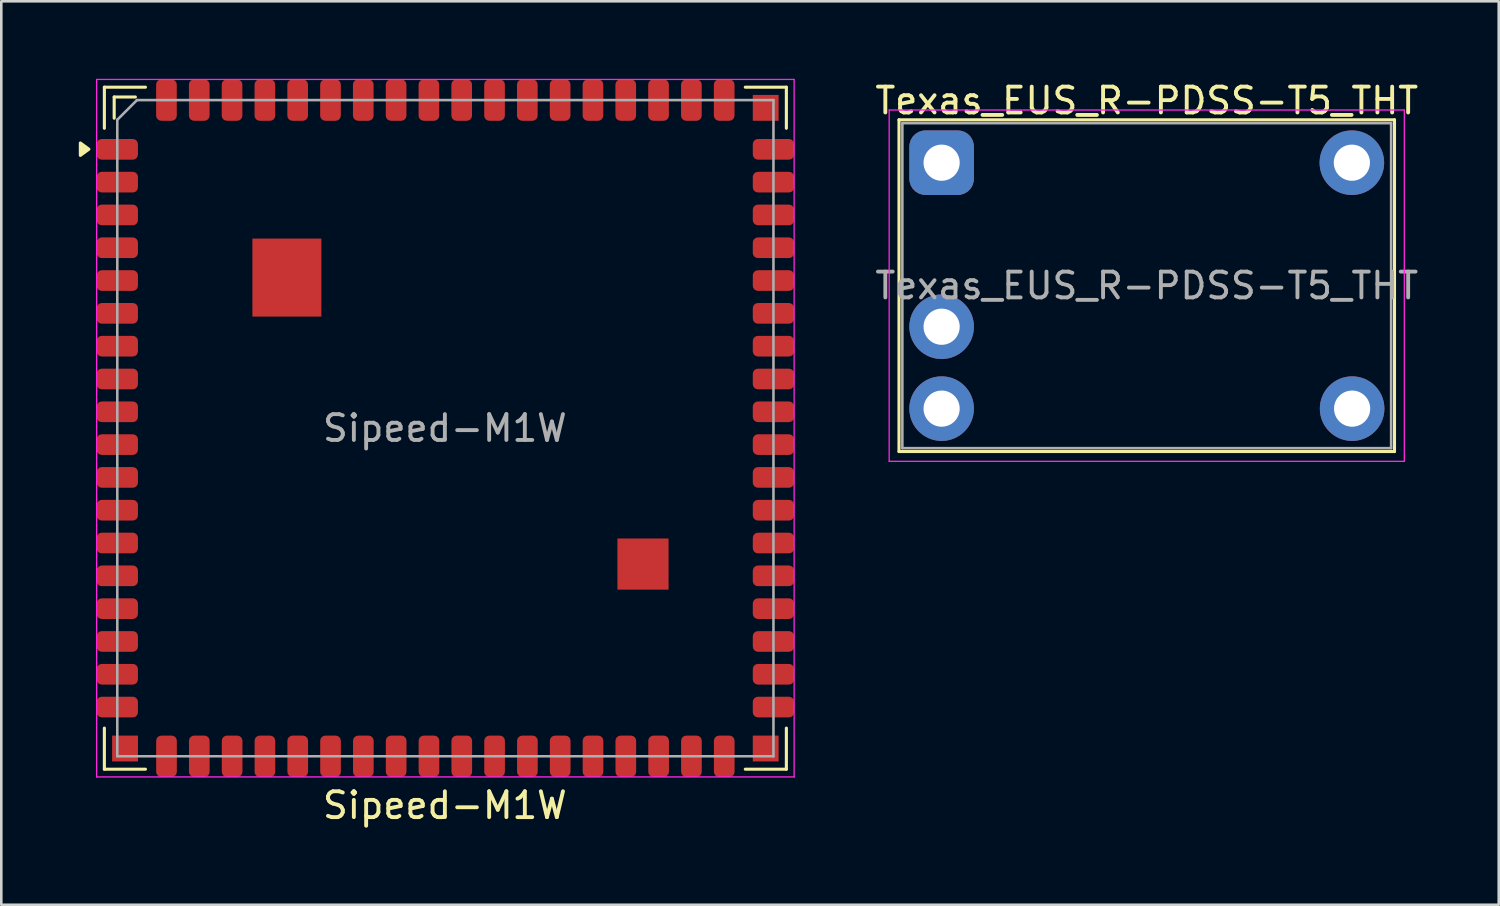
<source format=kicad_pcb>
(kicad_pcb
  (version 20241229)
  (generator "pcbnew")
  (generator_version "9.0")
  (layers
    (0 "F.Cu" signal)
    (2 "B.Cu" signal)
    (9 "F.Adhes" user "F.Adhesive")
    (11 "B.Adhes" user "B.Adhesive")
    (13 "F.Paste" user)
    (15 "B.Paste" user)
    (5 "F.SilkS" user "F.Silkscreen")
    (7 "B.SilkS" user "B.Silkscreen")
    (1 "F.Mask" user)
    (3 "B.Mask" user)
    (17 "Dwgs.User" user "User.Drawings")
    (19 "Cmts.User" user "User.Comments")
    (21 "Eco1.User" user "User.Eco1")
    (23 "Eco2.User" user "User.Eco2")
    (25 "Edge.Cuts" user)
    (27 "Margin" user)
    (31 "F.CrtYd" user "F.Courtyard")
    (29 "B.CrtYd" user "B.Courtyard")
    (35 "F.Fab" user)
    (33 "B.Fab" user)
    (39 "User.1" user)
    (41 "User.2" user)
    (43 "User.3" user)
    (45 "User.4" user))
  (footprint "Sipeed-M1W"
    (layer "F.Cu")
    (at 14.19 13.525)
    (property "Reference" "Sipeed-M1W" (at -0.019 14.6 0) (unlocked yes) (layer "F.SilkS") (effects (font (size 1 1) (thickness 0.15))))
    (attr smd)
    (fp_line (start -13.2 -13.2) (end -13.2 -11.61) (stroke (width 0.12) (type solid)) (layer "F.SilkS"))
    (fp_line (start -13.2 13.2) (end -13.2 11.61) (stroke (width 0.12) (type solid)) (layer "F.SilkS"))
    (fp_line (start -12.82 -12.82) (end -12.82 -12) (stroke (width 0.12) (type solid)) (layer "F.SilkS"))
    (fp_line (start -12 -12.82) (end -12.82 -12.82) (stroke (width 0.12) (type solid)) (layer "F.SilkS"))
    (fp_line (start -11.61 -13.2) (end -13.2 -13.2) (stroke (width 0.12) (type solid)) (layer "F.SilkS"))
    (fp_line (start -11.61 13.2) (end -13.2 13.2) (stroke (width 0.12) (type solid)) (layer "F.SilkS"))
    (fp_line (start 11.61 13.2) (end 13.2 13.2) (stroke (width 0.12) (type solid)) (layer "F.SilkS"))
    (fp_line (start 13.2 -13.2) (end 11.61 -13.2) (stroke (width 0.12) (type solid)) (layer "F.SilkS"))
    (fp_line (start 13.2 -11.61) (end 13.2 -13.2) (stroke (width 0.12) (type solid)) (layer "F.SilkS"))
    (fp_line (start 13.2 13.2) (end 13.2 11.61) (stroke (width 0.12) (type solid)) (layer "F.SilkS"))
    (fp_poly (pts (xy -13.8 -10.8) (xy -14.13 -10.56) (xy -14.13 -11.04) (xy -13.8 -10.8)) (stroke (width 0.12) (type solid)) (fill yes) (layer "F.SilkS"))
    (fp_line (start -13.5 -13.5) (end 13.5 -13.5) (stroke (width 0.05) (type solid)) (layer "F.CrtYd"))
    (fp_line (start -13.5 13.5) (end -13.5 -13.5) (stroke (width 0.05) (type solid)) (layer "F.CrtYd"))
    (fp_line (start 13.5 -13.5) (end 13.5 13.5) (stroke (width 0.05) (type solid)) (layer "F.CrtYd"))
    (fp_line (start 13.5 13.5) (end -13.5 13.5) (stroke (width 0.05) (type solid)) (layer "F.CrtYd"))
    (fp_line (start -12.7 -11.938) (end -11.938 -12.7) (stroke (width 0.1) (type solid)) (layer "F.Fab"))
    (fp_line (start -12.7 12.7) (end -12.7 -11.938) (stroke (width 0.1) (type solid)) (layer "F.Fab"))
    (fp_line (start -11.938 -12.7) (end 12.7 -12.7) (stroke (width 0.1) (type solid)) (layer "F.Fab"))
    (fp_line (start 12.7 -12.7) (end 12.7 12.7) (stroke (width 0.1) (type solid)) (layer "F.Fab"))
    (fp_line (start 12.7 12.7) (end -12.7 12.7) (stroke (width 0.1) (type solid)) (layer "F.Fab"))
    (fp_text user "${REFERENCE}" (at -0.019 0 0) (unlocked yes) (layer "F.Fab") (effects (font (size 1 1) (thickness 0.15))))
    (pad "" smd rect (at -12.4 12.4 90) (size 1 1) (layers "F.Cu" "F.Mask" "F.Paste"))
    (pad "" smd roundrect (at -6.8 -6.582) (size 1.18 1.355) (layers "F.Paste") (roundrect_rratio 0.25))
    (pad "" smd roundrect (at -6.8 -5.077) (size 1.18 1.355) (layers "F.Paste") (roundrect_rratio 0.25))
    (pad "" smd rect (at -6.135 -5.83) (size 2.67 3.02) (layers "F.Cu" "F.Mask"))
    (pad "" smd roundrect (at -5.47 -6.582) (size 1.18 1.355) (layers "F.Paste") (roundrect_rratio 0.25))
    (pad "" smd roundrect (at -5.47 -5.077) (size 1.18 1.355) (layers "F.Paste") (roundrect_rratio 0.25))
    (pad "" smd roundrect (at 7.157 4.762) (size 0.835 0.835) (layers "F.Paste") (roundrect_rratio 0.25))
    (pad "" smd roundrect (at 7.157 5.753) (size 0.835 0.835) (layers "F.Paste") (roundrect_rratio 0.25))
    (pad "" smd rect (at 7.65 5.26) (size 1.98 1.98) (layers "F.Cu" "F.Mask"))
    (pad "" smd roundrect (at 8.143 4.762) (size 0.835 0.835) (layers "F.Paste") (roundrect_rratio 0.25))
    (pad "" smd roundrect (at 8.143 5.753) (size 0.835 0.835) (layers "F.Paste") (roundrect_rratio 0.25))
    (pad "" smd rect (at 12.4 -12.4 90) (size 1 1) (layers "F.Cu" "F.Mask" "F.Paste"))
    (pad "" smd rect (at 12.4 12.4 90) (size 1 1) (layers "F.Cu" "F.Mask" "F.Paste"))
    (pad "1" smd roundrect (at -12.7 -10.795) (size 1.6 0.8) (layers "F.Cu" "F.Mask" "F.Paste") (roundrect_rratio 0.25))
    (pad "2" smd roundrect (at -12.7 -9.525) (size 1.6 0.8) (layers "F.Cu" "F.Mask" "F.Paste") (roundrect_rratio 0.25))
    (pad "3" smd roundrect (at -12.7 -8.255) (size 1.6 0.8) (layers "F.Cu" "F.Mask" "F.Paste") (roundrect_rratio 0.25))
    (pad "4" smd roundrect (at -12.7 -6.985) (size 1.6 0.8) (layers "F.Cu" "F.Mask" "F.Paste") (roundrect_rratio 0.25))
    (pad "5" smd roundrect (at -12.7 -5.715) (size 1.6 0.8) (layers "F.Cu" "F.Mask" "F.Paste") (roundrect_rratio 0.25))
    (pad "6" smd roundrect (at -12.7 -4.445) (size 1.6 0.8) (layers "F.Cu" "F.Mask" "F.Paste") (roundrect_rratio 0.25))
    (pad "7" smd roundrect (at -12.7 -3.175) (size 1.6 0.8) (layers "F.Cu" "F.Mask" "F.Paste") (roundrect_rratio 0.25))
    (pad "8" smd roundrect (at -12.7 -1.905) (size 1.6 0.8) (layers "F.Cu" "F.Mask" "F.Paste") (roundrect_rratio 0.25))
    (pad "9" smd roundrect (at -12.7 -0.635) (size 1.6 0.8) (layers "F.Cu" "F.Mask" "F.Paste") (roundrect_rratio 0.25))
    (pad "10" smd roundrect (at -12.7 0.635) (size 1.6 0.8) (layers "F.Cu" "F.Mask" "F.Paste") (roundrect_rratio 0.25))
    (pad "11" smd roundrect (at -12.7 1.905) (size 1.6 0.8) (layers "F.Cu" "F.Mask" "F.Paste") (roundrect_rratio 0.25))
    (pad "12" smd roundrect (at -12.7 3.175) (size 1.6 0.8) (layers "F.Cu" "F.Mask" "F.Paste") (roundrect_rratio 0.25))
    (pad "13" smd roundrect (at -12.7 4.445) (size 1.6 0.8) (layers "F.Cu" "F.Mask" "F.Paste") (roundrect_rratio 0.25))
    (pad "14" smd roundrect (at -12.7 5.715) (size 1.6 0.8) (layers "F.Cu" "F.Mask" "F.Paste") (roundrect_rratio 0.25))
    (pad "15" smd roundrect (at -12.7 6.985) (size 1.6 0.8) (layers "F.Cu" "F.Mask" "F.Paste") (roundrect_rratio 0.25))
    (pad "16" smd roundrect (at -12.7 8.255) (size 1.6 0.8) (layers "F.Cu" "F.Mask" "F.Paste") (roundrect_rratio 0.25))
    (pad "17" smd roundrect (at -12.7 9.525) (size 1.6 0.8) (layers "F.Cu" "F.Mask" "F.Paste") (roundrect_rratio 0.25))
    (pad "18" smd roundrect (at -12.7 10.795) (size 1.6 0.8) (layers "F.Cu" "F.Mask" "F.Paste") (roundrect_rratio 0.25))
    (pad "19" smd roundrect (at -10.795 12.7 90) (size 1.6 0.8) (layers "F.Cu" "F.Mask" "F.Paste") (roundrect_rratio 0.25))
    (pad "20" smd roundrect (at -9.525 12.7 90) (size 1.6 0.8) (layers "F.Cu" "F.Mask" "F.Paste") (roundrect_rratio 0.25))
    (pad "21" smd roundrect (at -8.255 12.7 90) (size 1.6 0.8) (layers "F.Cu" "F.Mask" "F.Paste") (roundrect_rratio 0.25))
    (pad "22" smd roundrect (at -6.985 12.7 90) (size 1.6 0.8) (layers "F.Cu" "F.Mask" "F.Paste") (roundrect_rratio 0.25))
    (pad "23" smd roundrect (at -5.715 12.7 90) (size 1.6 0.8) (layers "F.Cu" "F.Mask" "F.Paste") (roundrect_rratio 0.25))
    (pad "24" smd roundrect (at -4.445 12.7 90) (size 1.6 0.8) (layers "F.Cu" "F.Mask" "F.Paste") (roundrect_rratio 0.25))
    (pad "25" smd roundrect (at -3.175 12.7 90) (size 1.6 0.8) (layers "F.Cu" "F.Mask" "F.Paste") (roundrect_rratio 0.25))
    (pad "26" smd roundrect (at -1.905 12.7 90) (size 1.6 0.8) (layers "F.Cu" "F.Mask" "F.Paste") (roundrect_rratio 0.25))
    (pad "27" smd roundrect (at -0.635 12.7 90) (size 1.6 0.8) (layers "F.Cu" "F.Mask" "F.Paste") (roundrect_rratio 0.25))
    (pad "28" smd roundrect (at 0.635 12.7 90) (size 1.6 0.8) (layers "F.Cu" "F.Mask" "F.Paste") (roundrect_rratio 0.25))
    (pad "29" smd roundrect (at 1.905 12.7 90) (size 1.6 0.8) (layers "F.Cu" "F.Mask" "F.Paste") (roundrect_rratio 0.25))
    (pad "30" smd roundrect (at 3.175 12.7 90) (size 1.6 0.8) (layers "F.Cu" "F.Mask" "F.Paste") (roundrect_rratio 0.25))
    (pad "31" smd roundrect (at 4.445 12.7 90) (size 1.6 0.8) (layers "F.Cu" "F.Mask" "F.Paste") (roundrect_rratio 0.25))
    (pad "32" smd roundrect (at 5.715 12.7 90) (size 1.6 0.8) (layers "F.Cu" "F.Mask" "F.Paste") (roundrect_rratio 0.25))
    (pad "33" smd roundrect (at 6.985 12.7 90) (size 1.6 0.8) (layers "F.Cu" "F.Mask" "F.Paste") (roundrect_rratio 0.25))
    (pad "34" smd roundrect (at 8.255 12.7 90) (size 1.6 0.8) (layers "F.Cu" "F.Mask" "F.Paste") (roundrect_rratio 0.25))
    (pad "35" smd roundrect (at 9.525 12.7 90) (size 1.6 0.8) (layers "F.Cu" "F.Mask" "F.Paste") (roundrect_rratio 0.25))
    (pad "36" smd roundrect (at 10.795 12.7 90) (size 1.6 0.8) (layers "F.Cu" "F.Mask" "F.Paste") (roundrect_rratio 0.25))
    (pad "37" smd roundrect (at 12.7 10.795 180) (size 1.6 0.8) (layers "F.Cu" "F.Mask" "F.Paste") (roundrect_rratio 0.25))
    (pad "38" smd roundrect (at 12.7 9.525 180) (size 1.6 0.8) (layers "F.Cu" "F.Mask" "F.Paste") (roundrect_rratio 0.25))
    (pad "39" smd roundrect (at 12.7 8.255 180) (size 1.6 0.8) (layers "F.Cu" "F.Mask" "F.Paste") (roundrect_rratio 0.25))
    (pad "40" smd roundrect (at 12.7 6.985 180) (size 1.6 0.8) (layers "F.Cu" "F.Mask" "F.Paste") (roundrect_rratio 0.25))
    (pad "41" smd roundrect (at 12.7 5.715 180) (size 1.6 0.8) (layers "F.Cu" "F.Mask" "F.Paste") (roundrect_rratio 0.25))
    (pad "42" smd roundrect (at 12.7 4.445 180) (size 1.6 0.8) (layers "F.Cu" "F.Mask" "F.Paste") (roundrect_rratio 0.25))
    (pad "43" smd roundrect (at 12.7 3.175 180) (size 1.6 0.8) (layers "F.Cu" "F.Mask" "F.Paste") (roundrect_rratio 0.25))
    (pad "44" smd roundrect (at 12.7 1.905 180) (size 1.6 0.8) (layers "F.Cu" "F.Mask" "F.Paste") (roundrect_rratio 0.25))
    (pad "45" smd roundrect (at 12.7 0.635 180) (size 1.6 0.8) (layers "F.Cu" "F.Mask" "F.Paste") (roundrect_rratio 0.25))
    (pad "46" smd roundrect (at 12.7 -0.635 180) (size 1.6 0.8) (layers "F.Cu" "F.Mask" "F.Paste") (roundrect_rratio 0.25))
    (pad "47" smd roundrect (at 12.7 -1.905 180) (size 1.6 0.8) (layers "F.Cu" "F.Mask" "F.Paste") (roundrect_rratio 0.25))
    (pad "48" smd roundrect (at 12.7 -3.175 180) (size 1.6 0.8) (layers "F.Cu" "F.Mask" "F.Paste") (roundrect_rratio 0.25))
    (pad "49" smd roundrect (at 12.7 -4.445 180) (size 1.6 0.8) (layers "F.Cu" "F.Mask" "F.Paste") (roundrect_rratio 0.25))
    (pad "50" smd roundrect (at 12.7 -5.715 180) (size 1.6 0.8) (layers "F.Cu" "F.Mask" "F.Paste") (roundrect_rratio 0.25))
    (pad "51" smd roundrect (at 12.7 -6.985 180) (size 1.6 0.8) (layers "F.Cu" "F.Mask" "F.Paste") (roundrect_rratio 0.25))
    (pad "52" smd roundrect (at 12.7 -8.255 180) (size 1.6 0.8) (layers "F.Cu" "F.Mask" "F.Paste") (roundrect_rratio 0.25))
    (pad "53" smd roundrect (at 12.7 -9.525 180) (size 1.6 0.8) (layers "F.Cu" "F.Mask" "F.Paste") (roundrect_rratio 0.25))
    (pad "54" smd roundrect (at 12.7 -10.795 180) (size 1.6 0.8) (layers "F.Cu" "F.Mask" "F.Paste") (roundrect_rratio 0.25))
    (pad "55" smd roundrect (at 10.793 -12.7 270) (size 1.6 0.8) (layers "F.Cu" "F.Mask" "F.Paste") (roundrect_rratio 0.25))
    (pad "56" smd roundrect (at 9.523 -12.7 270) (size 1.6 0.8) (layers "F.Cu" "F.Mask" "F.Paste") (roundrect_rratio 0.25))
    (pad "57" smd roundrect (at 8.252 -12.7 270) (size 1.6 0.8) (layers "F.Cu" "F.Mask" "F.Paste") (roundrect_rratio 0.25))
    (pad "58" smd roundrect (at 6.982 -12.7 270) (size 1.6 0.8) (layers "F.Cu" "F.Mask" "F.Paste") (roundrect_rratio 0.25))
    (pad "59" smd roundrect (at 5.713 -12.7 270) (size 1.6 0.8) (layers "F.Cu" "F.Mask" "F.Paste") (roundrect_rratio 0.25))
    (pad "60" smd roundrect (at 4.442 -12.7 270) (size 1.6 0.8) (layers "F.Cu" "F.Mask" "F.Paste") (roundrect_rratio 0.25))
    (pad "61" smd roundrect (at 3.172 -12.7 270) (size 1.6 0.8) (layers "F.Cu" "F.Mask" "F.Paste") (roundrect_rratio 0.25))
    (pad "62" smd roundrect (at 1.903 -12.7 270) (size 1.6 0.8) (layers "F.Cu" "F.Mask" "F.Paste") (roundrect_rratio 0.25))
    (pad "63" smd roundrect (at 0.632 -12.7 270) (size 1.6 0.8) (layers "F.Cu" "F.Mask" "F.Paste") (roundrect_rratio 0.25))
    (pad "64" smd roundrect (at -0.637 -12.7 270) (size 1.6 0.8) (layers "F.Cu" "F.Mask" "F.Paste") (roundrect_rratio 0.25))
    (pad "65" smd roundrect (at -1.907 -12.7 270) (size 1.6 0.8) (layers "F.Cu" "F.Mask" "F.Paste") (roundrect_rratio 0.25))
    (pad "66" smd roundrect (at -3.178 -12.7 270) (size 1.6 0.8) (layers "F.Cu" "F.Mask" "F.Paste") (roundrect_rratio 0.25))
    (pad "67" smd roundrect (at -4.447 -12.7 270) (size 1.6 0.8) (layers "F.Cu" "F.Mask" "F.Paste") (roundrect_rratio 0.25))
    (pad "68" smd roundrect (at -5.718 -12.7 270) (size 1.6 0.8) (layers "F.Cu" "F.Mask" "F.Paste") (roundrect_rratio 0.25))
    (pad "69" smd roundrect (at -6.987 -12.7 270) (size 1.6 0.8) (layers "F.Cu" "F.Mask" "F.Paste") (roundrect_rratio 0.25))
    (pad "70" smd roundrect (at -8.258 -12.7 270) (size 1.6 0.8) (layers "F.Cu" "F.Mask" "F.Paste") (roundrect_rratio 0.25))
    (pad "71" smd roundrect (at -9.527 -12.7 270) (size 1.6 0.8) (layers "F.Cu" "F.Mask" "F.Paste") (roundrect_rratio 0.25))
    (pad "72" smd roundrect (at -10.797 -12.7 270) (size 1.6 0.8) (layers "F.Cu" "F.Mask" "F.Paste") (roundrect_rratio 0.25)))
  (footprint "Texas_EUS_R-PDSS-T5_THT"
    (layer "F.Cu")
    (at 33.4 3.248)
    (property "Reference" "Texas_EUS_R-PDSS-T5_THT" (at 7.94 -2.4 0) (layer "F.SilkS") (effects (font (size 1 1) (thickness 0.15))))
    (attr through_hole)
    (fp_line (start -1.65 -1.66) (end -1.65 11.18) (stroke (width 0.12) (type solid)) (layer "F.SilkS"))
    (fp_line (start -1.65 -1.66) (end 17.53 -1.66) (stroke (width 0.12) (type solid)) (layer "F.SilkS"))
    (fp_line (start -1.65 11.18) (end 17.53 11.18) (stroke (width 0.12) (type solid)) (layer "F.SilkS"))
    (fp_line (start 17.53 -1.66) (end 17.53 11.18) (stroke (width 0.12) (type solid)) (layer "F.SilkS"))
    (fp_line (start -2.03 11.56) (end -2.03 -2.04) (stroke (width 0.05) (type solid)) (layer "F.CrtYd"))
    (fp_line (start -2.03 11.56) (end 17.91 11.56) (stroke (width 0.05) (type solid)) (layer "F.CrtYd"))
    (fp_line (start 17.91 -2.04) (end -2.03 -2.04) (stroke (width 0.05) (type solid)) (layer "F.CrtYd"))
    (fp_line (start 17.91 -2.04) (end 17.91 11.56) (stroke (width 0.05) (type solid)) (layer "F.CrtYd"))
    (fp_line (start -1.52 11.05) (end -1.52 -1.53) (stroke (width 0.1) (type solid)) (layer "F.Fab"))
    (fp_line (start -1.52 11.05) (end 17.4 11.05) (stroke (width 0.1) (type solid)) (layer "F.Fab"))
    (fp_line (start 17.4 -1.53) (end -1.52 -1.53) (stroke (width 0.1) (type solid)) (layer "F.Fab"))
    (fp_line (start 17.4 -1.53) (end 17.4 11.05) (stroke (width 0.1) (type solid)) (layer "F.Fab"))
    (fp_text user "${REFERENCE}" (at 7.94 4.76 0) (layer "F.Fab") (effects (font (size 1 1) (thickness 0.15))))
    (pad "1" thru_hole roundrect (at 0 0) (size 2.5 2.5) (drill 1.4) (layers "*.Cu" "*.Mask") (roundrect_rratio 0.25))
    (pad "2" thru_hole circle (at 0 6.35) (size 2.5 2.5) (drill 1.4) (layers "*.Cu" "*.Mask"))
    (pad "3" thru_hole circle (at 0 9.52) (size 2.5 2.5) (drill 1.4) (layers "*.Cu" "*.Mask"))
    (pad "4" thru_hole circle (at 15.89 9.52) (size 2.5 2.5) (drill 1.4) (layers "*.Cu" "*.Mask"))
    (pad "5" thru_hole circle (at 15.88 0) (size 2.5 2.5) (drill 1.4) (layers "*.Cu" "*.Mask")))
  (gr_rect
    (start -3 -3)
    (end 54.965 31.973)
    (stroke (width 0.1) (type default))
    (fill no)
    (layer "Edge.Cuts")))
</source>
